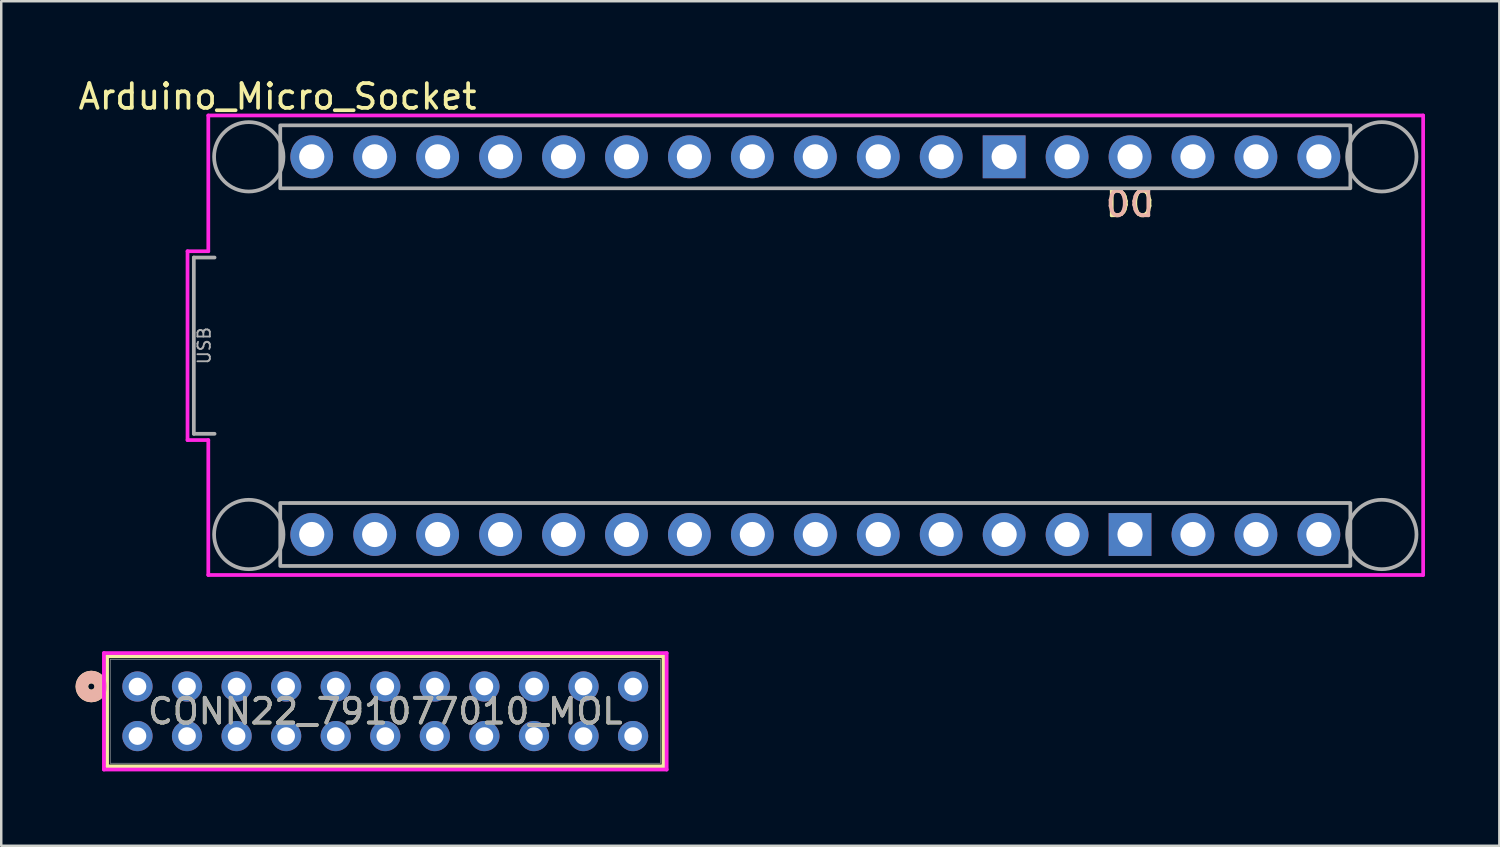
<source format=kicad_pcb>
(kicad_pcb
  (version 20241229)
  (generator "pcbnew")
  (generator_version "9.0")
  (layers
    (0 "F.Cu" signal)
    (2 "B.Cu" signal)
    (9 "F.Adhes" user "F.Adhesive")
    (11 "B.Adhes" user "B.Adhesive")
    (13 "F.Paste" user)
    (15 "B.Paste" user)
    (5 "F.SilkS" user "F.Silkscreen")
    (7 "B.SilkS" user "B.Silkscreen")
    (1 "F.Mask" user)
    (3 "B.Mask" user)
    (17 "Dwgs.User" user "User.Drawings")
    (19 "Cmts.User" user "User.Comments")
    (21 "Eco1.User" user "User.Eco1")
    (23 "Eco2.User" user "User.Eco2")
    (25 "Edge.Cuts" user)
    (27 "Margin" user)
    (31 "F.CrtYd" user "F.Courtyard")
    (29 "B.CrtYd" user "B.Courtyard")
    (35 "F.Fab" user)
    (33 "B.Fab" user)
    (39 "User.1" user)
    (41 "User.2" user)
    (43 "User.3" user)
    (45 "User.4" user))
  (footprint "Arduino_Micro_Socket"
    (layer "F.Cu")
    (at 5.609 19.898)
    (property "Reference" "Arduino_Micro_Socket" (at 2.54 -19.05 0) (layer "F.SilkS") (effects (font (size 1 1) (thickness 0.15))))
    (attr through_hole)
    (fp_rect (start 2.65 -17.89) (end 45.83 -15.35) (stroke (width 0.1) (type default)) (fill no) (layer "F.SilkS"))
    (fp_rect (start 2.65 -2.65) (end 45.83 -0.11) (stroke (width 0.1) (type default)) (fill no) (layer "F.SilkS"))
    (fp_line (start -1.092 -12.81) (end -0.254 -12.81) (stroke (width 0.15) (type solid)) (layer "F.CrtYd"))
    (fp_line (start -1.092 -5.19) (end -1.092 -12.81) (stroke (width 0.15) (type solid)) (layer "F.CrtYd"))
    (fp_line (start -1.092 -5.19) (end -0.254 -5.19) (stroke (width 0.15) (type solid)) (layer "F.CrtYd"))
    (fp_line (start -0.254 -18.288) (end 48.768 -18.288) (stroke (width 0.15) (type solid)) (layer "F.CrtYd"))
    (fp_line (start -0.254 -12.81) (end -0.254 -18.288) (stroke (width 0.15) (type solid)) (layer "F.CrtYd"))
    (fp_line (start -0.254 0.254) (end -0.254 -5.19) (stroke (width 0.15) (type solid)) (layer "F.CrtYd"))
    (fp_line (start 48.768 -18.288) (end 48.768 0.254) (stroke (width 0.15) (type solid)) (layer "F.CrtYd"))
    (fp_line (start 48.768 0.254) (end -0.254 0.254) (stroke (width 0.15) (type solid)) (layer "F.CrtYd"))
    (fp_line (start -0.838 -12.556) (end 0 -12.556) (stroke (width 0.15) (type solid)) (layer "F.Fab"))
    (fp_line (start -0.838 -5.444) (end -0.838 -12.556) (stroke (width 0.15) (type solid)) (layer "F.Fab"))
    (fp_line (start -0.838 -5.444) (end 0 -5.444) (stroke (width 0.15) (type solid)) (layer "F.Fab"))
    (fp_rect (start 2.65 -17.89) (end 45.83 -15.35) (stroke (width 0.15) (type solid)) (fill no) (layer "F.Fab"))
    (fp_rect (start 2.65 -2.65) (end 45.83 -0.11) (stroke (width 0.15) (type solid)) (fill no) (layer "F.Fab"))
    (fp_circle (center 1.38 -16.62) (end 2.78 -16.62) (stroke (width 0.15) (type solid)) (fill no) (layer "F.Fab"))
    (fp_circle (center 1.38 -1.38) (end 2.78 -1.38) (stroke (width 0.15) (type solid)) (fill no) (layer "F.Fab"))
    (fp_circle (center 47.1 -16.62) (end 48.5 -16.62) (stroke (width 0.15) (type solid)) (fill no) (layer "F.Fab"))
    (fp_circle (center 47.1 -1.38) (end 48.5 -1.38) (stroke (width 0.15) (type solid)) (fill no) (layer "F.Fab"))
    (fp_text user "D0" (at 36.94 -14.715 0) (unlocked yes) (layer "F.SilkS") (effects (font (size 1 1) (thickness 0.15))))
    (fp_text user "D0" (at 36.94 -14.715 0) (unlocked yes) (layer "B.SilkS") (effects (font (size 1 1) (thickness 0.15)) (justify mirror)))
    (fp_text user "USB" (at -0.419 -9 90) (layer "F.Fab") (effects (font (size 0.5 0.5) (thickness 0.075))))
    (pad "" thru_hole oval (at 26.78 -1.38) (size 1.727 1.727) (drill 1.016) (layers "*.Cu" "*.Mask"))
    (pad "" thru_hole oval (at 29.32 -1.38) (size 1.727 1.727) (drill 1.016) (layers "*.Cu" "*.Mask"))
    (pad "3V3" thru_hole oval (at 6.46 -1.38) (size 1.727 1.727) (drill 1.016) (layers "*.Cu" "*.Mask"))
    (pad "5V" thru_hole oval (at 31.86 -1.38) (size 1.727 1.727) (drill 1.016) (layers "*.Cu" "*.Mask"))
    (pad "A0" thru_hole oval (at 11.54 -1.38) (size 1.727 1.727) (drill 1.016) (layers "*.Cu" "*.Mask"))
    (pad "A1" thru_hole oval (at 14.08 -1.38) (size 1.727 1.727) (drill 1.016) (layers "*.Cu" "*.Mask"))
    (pad "A2" thru_hole oval (at 16.62 -1.38) (size 1.727 1.727) (drill 1.016) (layers "*.Cu" "*.Mask"))
    (pad "A3" thru_hole oval (at 19.16 -1.38) (size 1.727 1.727) (drill 1.016) (layers "*.Cu" "*.Mask"))
    (pad "A4" thru_hole oval (at 21.7 -1.38) (size 1.727 1.727) (drill 1.016) (layers "*.Cu" "*.Mask"))
    (pad "A5" thru_hole oval (at 24.24 -1.38) (size 1.727 1.727) (drill 1.016) (layers "*.Cu" "*.Mask"))
    (pad "AREF" thru_hole oval (at 9 -1.38) (size 1.727 1.727) (drill 1.016) (layers "*.Cu" "*.Mask"))
    (pad "D0" thru_hole oval (at 36.94 -16.62) (size 1.727 1.727) (drill 1.016) (layers "*.Cu" "*.Mask"))
    (pad "D1" thru_hole oval (at 39.48 -16.62) (size 1.727 1.727) (drill 1.016) (layers "*.Cu" "*.Mask"))
    (pad "D2" thru_hole oval (at 29.32 -16.62) (size 1.727 1.727) (drill 1.016) (layers "*.Cu" "*.Mask"))
    (pad "D3" thru_hole oval (at 26.78 -16.62) (size 1.727 1.727) (drill 1.016) (layers "*.Cu" "*.Mask"))
    (pad "D4" thru_hole oval (at 24.24 -16.62) (size 1.727 1.727) (drill 1.016) (layers "*.Cu" "*.Mask"))
    (pad "D5" thru_hole oval (at 21.7 -16.62) (size 1.727 1.727) (drill 1.016) (layers "*.Cu" "*.Mask"))
    (pad "D6" thru_hole oval (at 19.16 -16.62) (size 1.727 1.727) (drill 1.016) (layers "*.Cu" "*.Mask"))
    (pad "D7" thru_hole oval (at 16.62 -16.62) (size 1.727 1.727) (drill 1.016) (layers "*.Cu" "*.Mask"))
    (pad "D8" thru_hole oval (at 14.08 -16.62) (size 1.727 1.727) (drill 1.016) (layers "*.Cu" "*.Mask"))
    (pad "D9" thru_hole oval (at 11.54 -16.62) (size 1.727 1.727) (drill 1.016) (layers "*.Cu" "*.Mask"))
    (pad "D10" thru_hole oval (at 9 -16.62) (size 1.727 1.727) (drill 1.016) (layers "*.Cu" "*.Mask"))
    (pad "D11" thru_hole oval (at 6.46 -16.62) (size 1.727 1.727) (drill 1.016) (layers "*.Cu" "*.Mask"))
    (pad "D12" thru_hole oval (at 3.92 -16.62) (size 1.727 1.727) (drill 1.016) (layers "*.Cu" "*.Mask"))
    (pad "D13" thru_hole oval (at 3.92 -1.38) (size 1.727 1.727) (drill 1.016) (layers "*.Cu" "*.Mask"))
    (pad "GND1" thru_hole rect (at 36.94 -1.38) (size 1.727 1.727) (drill 1.016) (layers "*.Cu" "*.Mask"))
    (pad "GND2" thru_hole rect (at 31.86 -16.62) (size 1.727 1.727) (drill 1.016) (layers "*.Cu" "*.Mask"))
    (pad "MISO" thru_hole oval (at 42.02 -1.38) (size 1.727 1.727) (drill 1.016) (layers "*.Cu" "*.Mask"))
    (pad "MOSI" thru_hole circle (at 44.56 -16.62) (size 1.727 1.727) (drill 1.016) (layers "*.Cu" "*.Mask"))
    (pad "RST1" thru_hole oval (at 34.4 -1.38) (size 1.727 1.727) (drill 1.016) (layers "*.Cu" "*.Mask"))
    (pad "RST2" thru_hole oval (at 34.4 -16.62) (size 1.727 1.727) (drill 1.016) (layers "*.Cu" "*.Mask"))
    (pad "SCK" thru_hole oval (at 44.56 -1.38) (size 1.727 1.727) (drill 1.016) (layers "*.Cu" "*.Mask"))
    (pad "SS" thru_hole oval (at 42.02 -16.62) (size 1.727 1.727) (drill 1.016) (layers "*.Cu" "*.Mask"))
    (pad "VIN" thru_hole oval (at 39.48 -1.38) (size 1.727 1.727) (drill 1.016) (layers "*.Cu" "*.Mask")))
  (footprint "CONN22_791077010_MOL"
    (layer "F.Cu")
    (at 2.497 24.652)
    (property "Reference" "CONN22_791077010_MOL" (at 10 1 0) (unlocked yes) (layer "F.SilkS") (effects (font (size 1 1) (thickness 0.15))))
    (attr through_hole)
    (fp_line (start -1.227 -1.222) (end -1.227 3.223) (stroke (width 0.152) (type solid)) (layer "F.SilkS"))
    (fp_line (start -1.227 3.223) (end 21.227 3.223) (stroke (width 0.152) (type solid)) (layer "F.SilkS"))
    (fp_line (start 21.227 -1.222) (end -1.227 -1.222) (stroke (width 0.152) (type solid)) (layer "F.SilkS"))
    (fp_line (start 21.227 3.223) (end 21.227 -1.222) (stroke (width 0.152) (type solid)) (layer "F.SilkS"))
    (fp_circle (center -1.862 0) (end -1.481 0) (stroke (width 0.508) (type solid)) (fill no) (layer "F.SilkS"))
    (fp_circle (center -1.862 0) (end -1.481 0) (stroke (width 0.508) (type solid)) (fill no) (layer "B.SilkS"))
    (fp_line (start -1.354 -1.349) (end -1.354 3.35) (stroke (width 0.152) (type solid)) (layer "F.CrtYd"))
    (fp_line (start -1.354 3.35) (end 21.354 3.35) (stroke (width 0.152) (type solid)) (layer "F.CrtYd"))
    (fp_line (start 21.354 -1.349) (end -1.354 -1.349) (stroke (width 0.152) (type solid)) (layer "F.CrtYd"))
    (fp_line (start 21.354 3.35) (end 21.354 -1.349) (stroke (width 0.152) (type solid)) (layer "F.CrtYd"))
    (fp_line (start -1.1 -1.095) (end -1.1 3.096) (stroke (width 0.025) (type solid)) (layer "F.Fab"))
    (fp_line (start -1.1 3.096) (end 21.1 3.096) (stroke (width 0.025) (type solid)) (layer "F.Fab"))
    (fp_line (start 21.1 -1.095) (end -1.1 -1.095) (stroke (width 0.025) (type solid)) (layer "F.Fab"))
    (fp_line (start 21.1 3.096) (end 21.1 -1.095) (stroke (width 0.025) (type solid)) (layer "F.Fab"))
    (fp_text user "${REFERENCE}" (at 10 1 0) (unlocked yes) (layer "F.Fab") (effects (font (size 1 1) (thickness 0.15))))
    (pad "A1" thru_hole circle (at 0 0) (size 1.219 1.219) (drill 0.711) (layers "*.Cu" "*.Mask"))
    (pad "A2" thru_hole circle (at 2 0) (size 1.219 1.219) (drill 0.711) (layers "*.Cu" "*.Mask"))
    (pad "A3" thru_hole circle (at 4 0) (size 1.219 1.219) (drill 0.711) (layers "*.Cu" "*.Mask"))
    (pad "A4" thru_hole circle (at 6 0) (size 1.219 1.219) (drill 0.711) (layers "*.Cu" "*.Mask"))
    (pad "A5" thru_hole circle (at 8 0) (size 1.219 1.219) (drill 0.711) (layers "*.Cu" "*.Mask"))
    (pad "A6" thru_hole circle (at 10 0) (size 1.219 1.219) (drill 0.711) (layers "*.Cu" "*.Mask"))
    (pad "A7" thru_hole circle (at 12 0) (size 1.219 1.219) (drill 0.711) (layers "*.Cu" "*.Mask"))
    (pad "A8" thru_hole circle (at 14 0) (size 1.219 1.219) (drill 0.711) (layers "*.Cu" "*.Mask"))
    (pad "A9" thru_hole circle (at 16 0) (size 1.219 1.219) (drill 0.711) (layers "*.Cu" "*.Mask"))
    (pad "A10" thru_hole circle (at 18 0) (size 1.219 1.219) (drill 0.711) (layers "*.Cu" "*.Mask"))
    (pad "A11" thru_hole circle (at 20 0) (size 1.219 1.219) (drill 0.711) (layers "*.Cu" "*.Mask"))
    (pad "B1" thru_hole circle (at 0 2) (size 1.219 1.219) (drill 0.711) (layers "*.Cu" "*.Mask"))
    (pad "B2" thru_hole circle (at 2 2) (size 1.219 1.219) (drill 0.711) (layers "*.Cu" "*.Mask"))
    (pad "B3" thru_hole circle (at 4 2) (size 1.219 1.219) (drill 0.711) (layers "*.Cu" "*.Mask"))
    (pad "B4" thru_hole circle (at 6 2) (size 1.219 1.219) (drill 0.711) (layers "*.Cu" "*.Mask"))
    (pad "B5" thru_hole circle (at 8 2) (size 1.219 1.219) (drill 0.711) (layers "*.Cu" "*.Mask"))
    (pad "B6" thru_hole circle (at 10 2) (size 1.219 1.219) (drill 0.711) (layers "*.Cu" "*.Mask"))
    (pad "B7" thru_hole circle (at 12 2) (size 1.219 1.219) (drill 0.711) (layers "*.Cu" "*.Mask"))
    (pad "B8" thru_hole circle (at 14 2) (size 1.219 1.219) (drill 0.711) (layers "*.Cu" "*.Mask"))
    (pad "B9" thru_hole circle (at 16 2) (size 1.219 1.219) (drill 0.711) (layers "*.Cu" "*.Mask"))
    (pad "B10" thru_hole circle (at 18 2) (size 1.219 1.219) (drill 0.711) (layers "*.Cu" "*.Mask"))
    (pad "B11" thru_hole circle (at 20 2) (size 1.219 1.219) (drill 0.711) (layers "*.Cu" "*.Mask")))
  (gr_rect
    (start -3 -3)
    (end 57.452 31.079)
    (stroke (width 0.1) (type default))
    (fill no)
    (layer "Edge.Cuts")))
</source>
